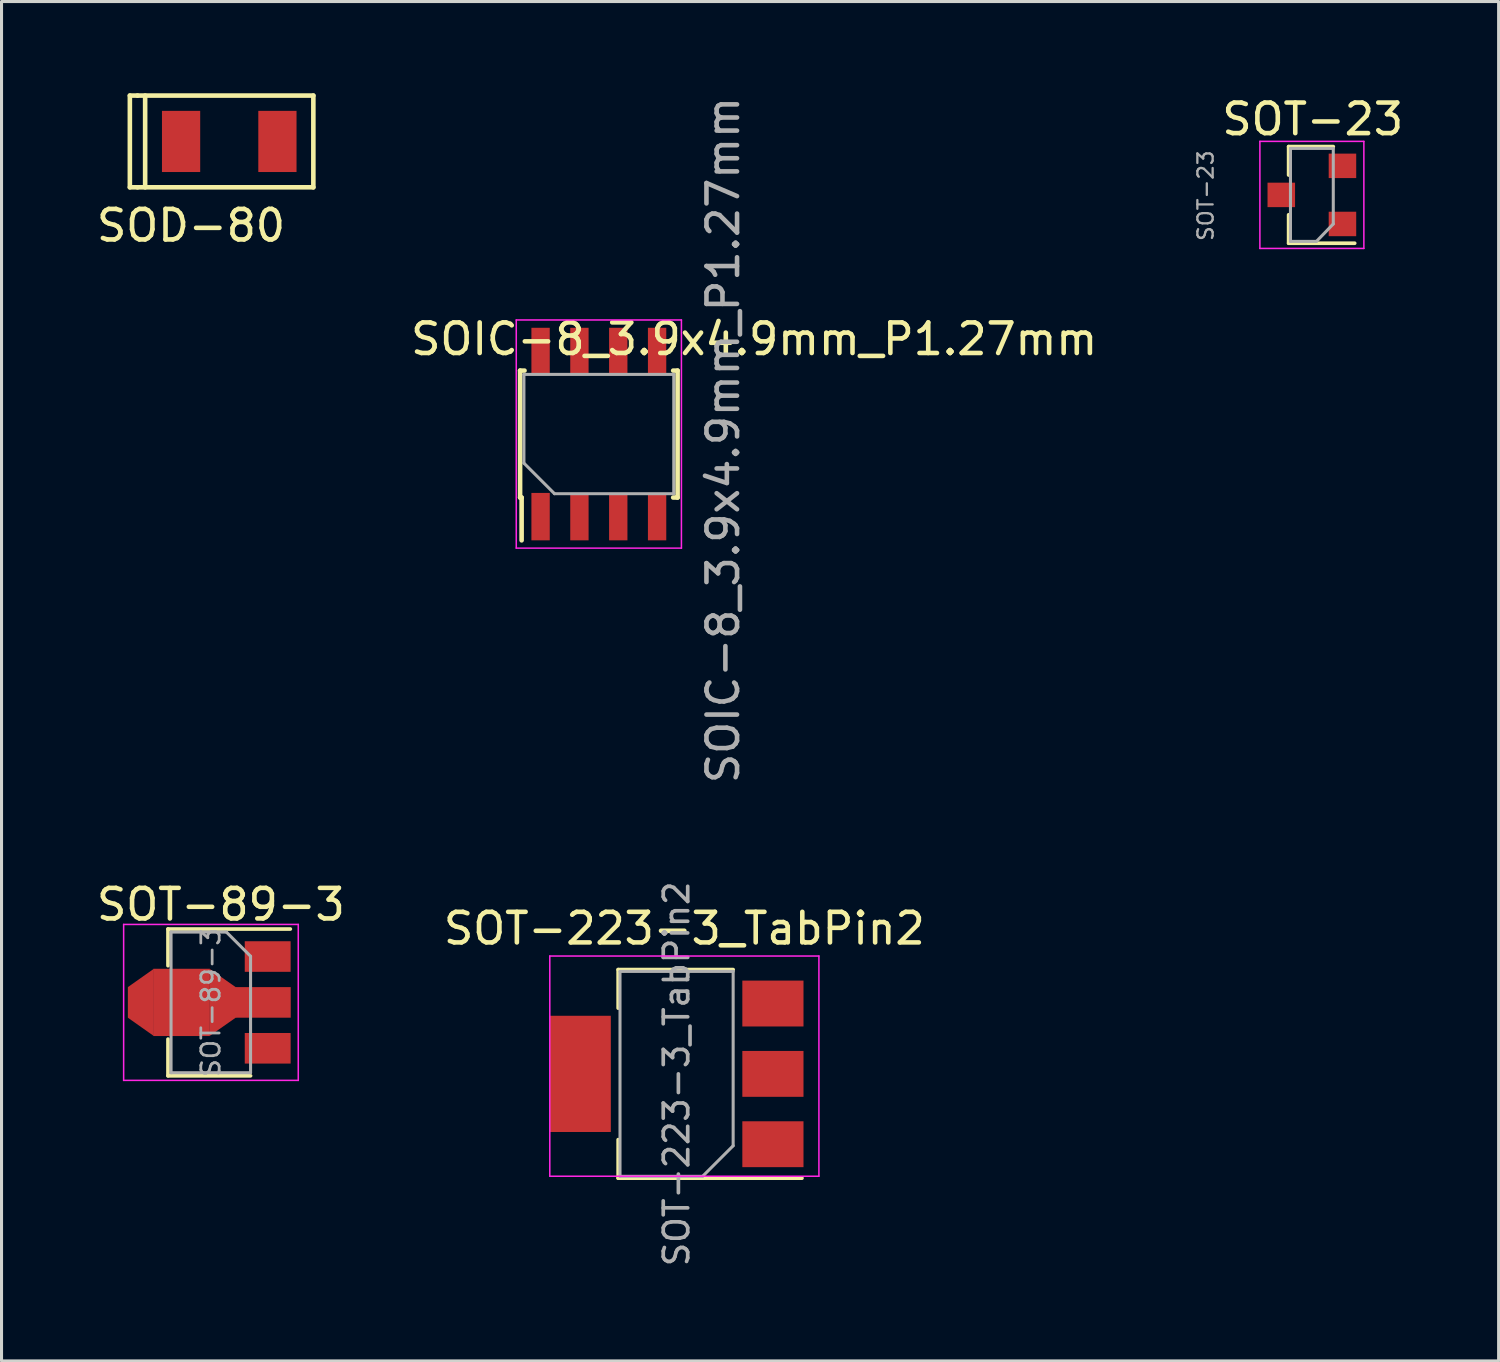
<source format=kicad_pcb>
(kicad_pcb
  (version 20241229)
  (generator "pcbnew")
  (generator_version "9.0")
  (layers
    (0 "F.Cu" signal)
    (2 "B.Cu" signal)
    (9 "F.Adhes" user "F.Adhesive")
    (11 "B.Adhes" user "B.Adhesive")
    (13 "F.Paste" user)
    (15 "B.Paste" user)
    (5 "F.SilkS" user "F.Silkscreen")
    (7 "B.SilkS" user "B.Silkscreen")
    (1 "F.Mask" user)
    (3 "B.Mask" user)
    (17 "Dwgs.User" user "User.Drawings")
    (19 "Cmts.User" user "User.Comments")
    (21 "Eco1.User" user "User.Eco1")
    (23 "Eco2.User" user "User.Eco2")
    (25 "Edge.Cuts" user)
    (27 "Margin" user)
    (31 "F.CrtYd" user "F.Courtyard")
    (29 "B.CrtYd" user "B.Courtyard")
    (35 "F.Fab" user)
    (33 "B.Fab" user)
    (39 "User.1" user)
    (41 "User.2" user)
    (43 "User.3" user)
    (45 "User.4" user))
  (footprint "SOD-80"
    (layer "F.Cu")
    (at 4.446 1.575)
    (property "Reference" "SOD-80" (at -1.25 2.75 0) (layer "F.SilkS") (effects (font (size 1 1) (thickness 0.15))))
    (attr through_hole)
    (fp_line (start -3.25 -1.5) (end -3.25 1.5) (stroke (width 0.15) (type solid)) (layer "F.SilkS"))
    (fp_line (start -3.25 1.5) (end -3 1.5) (stroke (width 0.15) (type solid)) (layer "F.SilkS"))
    (fp_line (start -3 -1.5) (end -3.25 -1.5) (stroke (width 0.15) (type solid)) (layer "F.SilkS"))
    (fp_line (start -3 -1.5) (end 2.75 -1.5) (stroke (width 0.15) (type solid)) (layer "F.SilkS"))
    (fp_line (start -2.75 1.5) (end -2.75 -1.5) (stroke (width 0.15) (type solid)) (layer "F.SilkS"))
    (fp_line (start 2.75 -1.5) (end 2.75 1.5) (stroke (width 0.15) (type solid)) (layer "F.SilkS"))
    (fp_line (start 2.75 1.5) (end -3 1.5) (stroke (width 0.15) (type solid)) (layer "F.SilkS"))
    (pad "1" smd rect (at -1.875 0 270) (size 2 1.25) (drill (offset 0 -0.3)) (layers "F.Cu" "F.Mask" "F.Paste"))
    (pad "2" smd rect (at 1.875 0 270) (size 2 1.25) (drill (offset 0 0.3)) (layers "F.Cu" "F.Mask" "F.Paste")))
  (footprint "SOT-89-3"
    (layer "F.Cu")
    (at 3.723 29.727)
    (property "Reference" "SOT-89-3" (at 0.45 -3.2 0) (layer "F.SilkS") (effects (font (size 1 1) (thickness 0.15))))
    (attr smd)
    (fp_line (start -1.28 -2.4) (end -1.28 -1.2) (stroke (width 0.12) (type solid)) (layer "F.SilkS"))
    (fp_line (start -1.28 1.2) (end -1.28 2.4) (stroke (width 0.12) (type solid)) (layer "F.SilkS"))
    (fp_line (start -1.28 2.4) (end 1.42 2.4) (stroke (width 0.12) (type solid)) (layer "F.SilkS"))
    (fp_line (start 2.72 -2.4) (end -1.28 -2.4) (stroke (width 0.12) (type solid)) (layer "F.SilkS"))
    (fp_line (start -2.73 -2.55) (end -2.73 2.55) (stroke (width 0.05) (type solid)) (layer "F.CrtYd"))
    (fp_line (start -2.73 -2.55) (end 2.98 -2.55) (stroke (width 0.05) (type solid)) (layer "F.CrtYd"))
    (fp_line (start 2.98 2.55) (end -2.73 2.55) (stroke (width 0.05) (type solid)) (layer "F.CrtYd"))
    (fp_line (start 2.98 2.55) (end 2.98 -2.55) (stroke (width 0.05) (type solid)) (layer "F.CrtYd"))
    (fp_line (start -1.18 -2.3) (end -1.18 2.3) (stroke (width 0.1) (type solid)) (layer "F.Fab"))
    (fp_line (start -1.18 2.3) (end 1.42 2.3) (stroke (width 0.1) (type solid)) (layer "F.Fab"))
    (fp_line (start 0.63 -2.3) (end -1.18 -2.3) (stroke (width 0.1) (type solid)) (layer "F.Fab"))
    (fp_line (start 1.42 -1.51) (end 0.63 -2.3) (stroke (width 0.1) (type solid)) (layer "F.Fab"))
    (fp_line (start 1.42 2.3) (end 1.42 -1.51) (stroke (width 0.1) (type solid)) (layer "F.Fab"))
    (fp_text user "${REFERENCE}" (at 0.12 0 90) (layer "F.Fab") (effects (font (size 0.6 0.6) (thickness 0.09))))
    (pad "1" smd rect (at 1.98 -1.5 90) (size 1 1.5) (layers "F.Cu" "F.Mask" "F.Paste"))
    (pad "2" smd trapezoid (at -2.167 0 90) (size 1.6 0.85) (rect_delta 0 0.6) (layers "F.Cu" "F.Mask" "F.Paste"))
    (pad "2" smd rect (at -0.834 0 90) (size 2.2 1.84) (layers "F.Cu" "F.Mask" "F.Paste"))
    (pad "2" smd trapezoid (at 0.576 0 270) (size 1.5 1) (rect_delta 0 0.7) (layers "F.Cu" "F.Mask" "F.Paste"))
    (pad "2" smd rect (at 1.833 0 90) (size 1 1.8) (layers "F.Cu" "F.Mask" "F.Paste"))
    (pad "3" smd rect (at 1.98 1.5 90) (size 1 1.5) (layers "F.Cu" "F.Mask" "F.Paste")))
  (footprint "SOIC-8_3.9x4.9mm_P1.27mm"
    (layer "F.Cu")
    (at 16.531 11.085)
    (property "Reference" "SOIC-8_3.9x4.9mm_P1.27mm" (at 5.08 -3.048 0) (layer "F.SilkS") (effects (font (size 1 1) (thickness 0.15))))
    (attr smd)
    (fp_line (start -2.575 -2.017) (end -2.43 -2.017) (stroke (width 0.15) (type solid)) (layer "F.SilkS"))
    (fp_line (start -2.575 2.133) (end -2.575 -2.017) (stroke (width 0.15) (type solid)) (layer "F.SilkS"))
    (fp_line (start -2.575 2.133) (end -2.525 2.133) (stroke (width 0.15) (type solid)) (layer "F.SilkS"))
    (fp_line (start -2.525 2.133) (end -2.525 3.533) (stroke (width 0.15) (type solid)) (layer "F.SilkS"))
    (fp_line (start 2.575 -2.017) (end 2.43 -2.017) (stroke (width 0.15) (type solid)) (layer "F.SilkS"))
    (fp_line (start 2.575 2.133) (end 2.43 2.133) (stroke (width 0.15) (type solid)) (layer "F.SilkS"))
    (fp_line (start 2.575 2.133) (end 2.575 -2.017) (stroke (width 0.15) (type solid)) (layer "F.SilkS"))
    (fp_line (start -2.7 -3.672) (end 2.7 -3.672) (stroke (width 0.05) (type solid)) (layer "F.CrtYd"))
    (fp_line (start -2.7 3.788) (end -2.7 -3.672) (stroke (width 0.05) (type solid)) (layer "F.CrtYd"))
    (fp_line (start -2.7 3.788) (end 2.7 3.788) (stroke (width 0.05) (type solid)) (layer "F.CrtYd"))
    (fp_line (start 2.7 3.788) (end 2.7 -3.672) (stroke (width 0.05) (type solid)) (layer "F.CrtYd"))
    (fp_line (start -2.45 -1.892) (end 2.45 -1.892) (stroke (width 0.1) (type solid)) (layer "F.Fab"))
    (fp_line (start -2.45 1.008) (end -2.45 -1.892) (stroke (width 0.1) (type solid)) (layer "F.Fab"))
    (fp_line (start -1.45 2.008) (end -2.45 1.008) (stroke (width 0.1) (type solid)) (layer "F.Fab"))
    (fp_line (start 2.45 -1.892) (end 2.45 2.008) (stroke (width 0.1) (type solid)) (layer "F.Fab"))
    (fp_line (start 2.45 2.008) (end -1.45 2.008) (stroke (width 0.1) (type solid)) (layer "F.Fab"))
    (fp_text user "${REFERENCE}" (at 4.064 0.254 90) (layer "F.Fab") (effects (font (size 1 1) (thickness 0.15))))
    (pad "1" smd rect (at -1.905 2.758 90) (size 1.55 0.6) (layers "F.Cu" "F.Mask" "F.Paste"))
    (pad "2" smd rect (at -0.635 2.758 90) (size 1.55 0.6) (layers "F.Cu" "F.Mask" "F.Paste"))
    (pad "3" smd rect (at 0.635 2.758 90) (size 1.55 0.6) (layers "F.Cu" "F.Mask" "F.Paste"))
    (pad "4" smd rect (at 1.905 2.758 90) (size 1.55 0.6) (layers "F.Cu" "F.Mask" "F.Paste"))
    (pad "5" smd rect (at 1.905 -2.642 90) (size 1.55 0.6) (layers "F.Cu" "F.Mask" "F.Paste"))
    (pad "6" smd rect (at 0.635 -2.642 90) (size 1.55 0.6) (layers "F.Cu" "F.Mask" "F.Paste"))
    (pad "7" smd rect (at -0.635 -2.642 90) (size 1.55 0.6) (layers "F.Cu" "F.Mask" "F.Paste"))
    (pad "8" smd rect (at -1.905 -2.642 90) (size 1.55 0.6) (layers "F.Cu" "F.Mask" "F.Paste")))
  (footprint "SOT-223-3_TabPin2"
    (layer "F.Cu")
    (at 19.327 31.81)
    (property "Reference" "SOT-223-3_TabPin2" (at 0 -4.5 0) (layer "F.SilkS") (effects (font (size 1 1) (thickness 0.15))))
    (attr smd)
    (fp_line (start -2.164 -3.156) (end -2.164 -1.896) (stroke (width 0.12) (type solid)) (layer "F.SilkS"))
    (fp_line (start -2.164 3.664) (end -2.164 2.404) (stroke (width 0.12) (type solid)) (layer "F.SilkS"))
    (fp_line (start 1.596 -3.156) (end -2.164 -3.156) (stroke (width 0.12) (type solid)) (layer "F.SilkS"))
    (fp_line (start 3.846 3.664) (end -2.164 3.664) (stroke (width 0.12) (type solid)) (layer "F.SilkS"))
    (fp_line (start -4.4 -3.6) (end -4.4 3.6) (stroke (width 0.05) (type solid)) (layer "F.CrtYd"))
    (fp_line (start -4.4 3.6) (end 4.4 3.6) (stroke (width 0.05) (type solid)) (layer "F.CrtYd"))
    (fp_line (start 4.4 -3.6) (end -4.4 -3.6) (stroke (width 0.05) (type solid)) (layer "F.CrtYd"))
    (fp_line (start 4.4 3.6) (end 4.4 -3.6) (stroke (width 0.05) (type solid)) (layer "F.CrtYd"))
    (fp_line (start -2.104 3.604) (end -2.104 -3.096) (stroke (width 0.1) (type solid)) (layer "F.Fab"))
    (fp_line (start 0.596 3.604) (end -2.104 3.604) (stroke (width 0.1) (type solid)) (layer "F.Fab"))
    (fp_line (start 1.596 -3.096) (end -2.104 -3.096) (stroke (width 0.1) (type solid)) (layer "F.Fab"))
    (fp_line (start 1.596 2.604) (end 0.596 3.604) (stroke (width 0.1) (type solid)) (layer "F.Fab"))
    (fp_line (start 1.596 2.604) (end 1.596 -3.096) (stroke (width 0.1) (type solid)) (layer "F.Fab"))
    (fp_text user "${REFERENCE}" (at -0.254 0.254 270) (layer "F.Fab") (effects (font (size 0.8 0.8) (thickness 0.12))))
    (pad "1" smd rect (at 2.896 2.554 180) (size 2 1.5) (layers "F.Cu" "F.Mask" "F.Paste"))
    (pad "2" smd rect (at -3.404 0.254 180) (size 2 3.8) (layers "F.Cu" "F.Mask" "F.Paste"))
    (pad "2" smd rect (at 2.896 0.254 180) (size 2 1.5) (layers "F.Cu" "F.Mask" "F.Paste"))
    (pad "3" smd rect (at 2.896 -2.046 180) (size 2 1.5) (layers "F.Cu" "F.Mask" "F.Paste")))
  (footprint "SOT-23"
    (layer "F.Cu")
    (at 39.874 3.348)
    (property "Reference" "SOT-23" (at 0 -2.5 0) (layer "F.SilkS") (effects (font (size 1 1) (thickness 0.15))))
    (attr smd)
    (fp_line (start -0.788 -1.605) (end -0.788 -0.675) (stroke (width 0.12) (type solid)) (layer "F.SilkS"))
    (fp_line (start -0.788 -1.605) (end 0.672 -1.605) (stroke (width 0.12) (type solid)) (layer "F.SilkS"))
    (fp_line (start -0.788 1.555) (end -0.788 0.625) (stroke (width 0.12) (type solid)) (layer "F.SilkS"))
    (fp_line (start -0.788 1.555) (end 1.372 1.555) (stroke (width 0.12) (type solid)) (layer "F.SilkS"))
    (fp_line (start -1.728 -1.775) (end 1.672 -1.775) (stroke (width 0.05) (type solid)) (layer "F.CrtYd"))
    (fp_line (start -1.728 1.725) (end -1.728 -1.775) (stroke (width 0.05) (type solid)) (layer "F.CrtYd"))
    (fp_line (start 1.672 -1.775) (end 1.672 1.725) (stroke (width 0.05) (type solid)) (layer "F.CrtYd"))
    (fp_line (start 1.672 1.725) (end -1.728 1.725) (stroke (width 0.05) (type solid)) (layer "F.CrtYd"))
    (fp_line (start -0.728 1.495) (end -0.728 -1.545) (stroke (width 0.1) (type solid)) (layer "F.Fab"))
    (fp_line (start 0.122 1.495) (end -0.728 1.495) (stroke (width 0.1) (type solid)) (layer "F.Fab"))
    (fp_line (start 0.672 -1.545) (end -0.728 -1.545) (stroke (width 0.1) (type solid)) (layer "F.Fab"))
    (fp_line (start 0.672 0.925) (end 0.122 1.495) (stroke (width 0.1) (type solid)) (layer "F.Fab"))
    (fp_line (start 0.672 0.925) (end 0.672 -1.525) (stroke (width 0.1) (type solid)) (layer "F.Fab"))
    (fp_text user "${REFERENCE}" (at -3.5 0 90) (layer "F.Fab") (effects (font (size 0.5 0.5) (thickness 0.075))))
    (pad "1" smd rect (at 0.972 0.925 180) (size 0.9 0.8) (layers "F.Cu" "F.Mask" "F.Paste"))
    (pad "2" smd rect (at 0.972 -0.975 180) (size 0.9 0.8) (layers "F.Cu" "F.Mask" "F.Paste"))
    (pad "3" smd rect (at -1.028 -0.025 180) (size 0.9 0.8) (layers "F.Cu" "F.Mask" "F.Paste")))
  (gr_rect
    (start -3 -3)
    (end 45.952 41.45)
    (stroke (width 0.1) (type default))
    (fill no)
    (layer "Edge.Cuts")))
</source>
